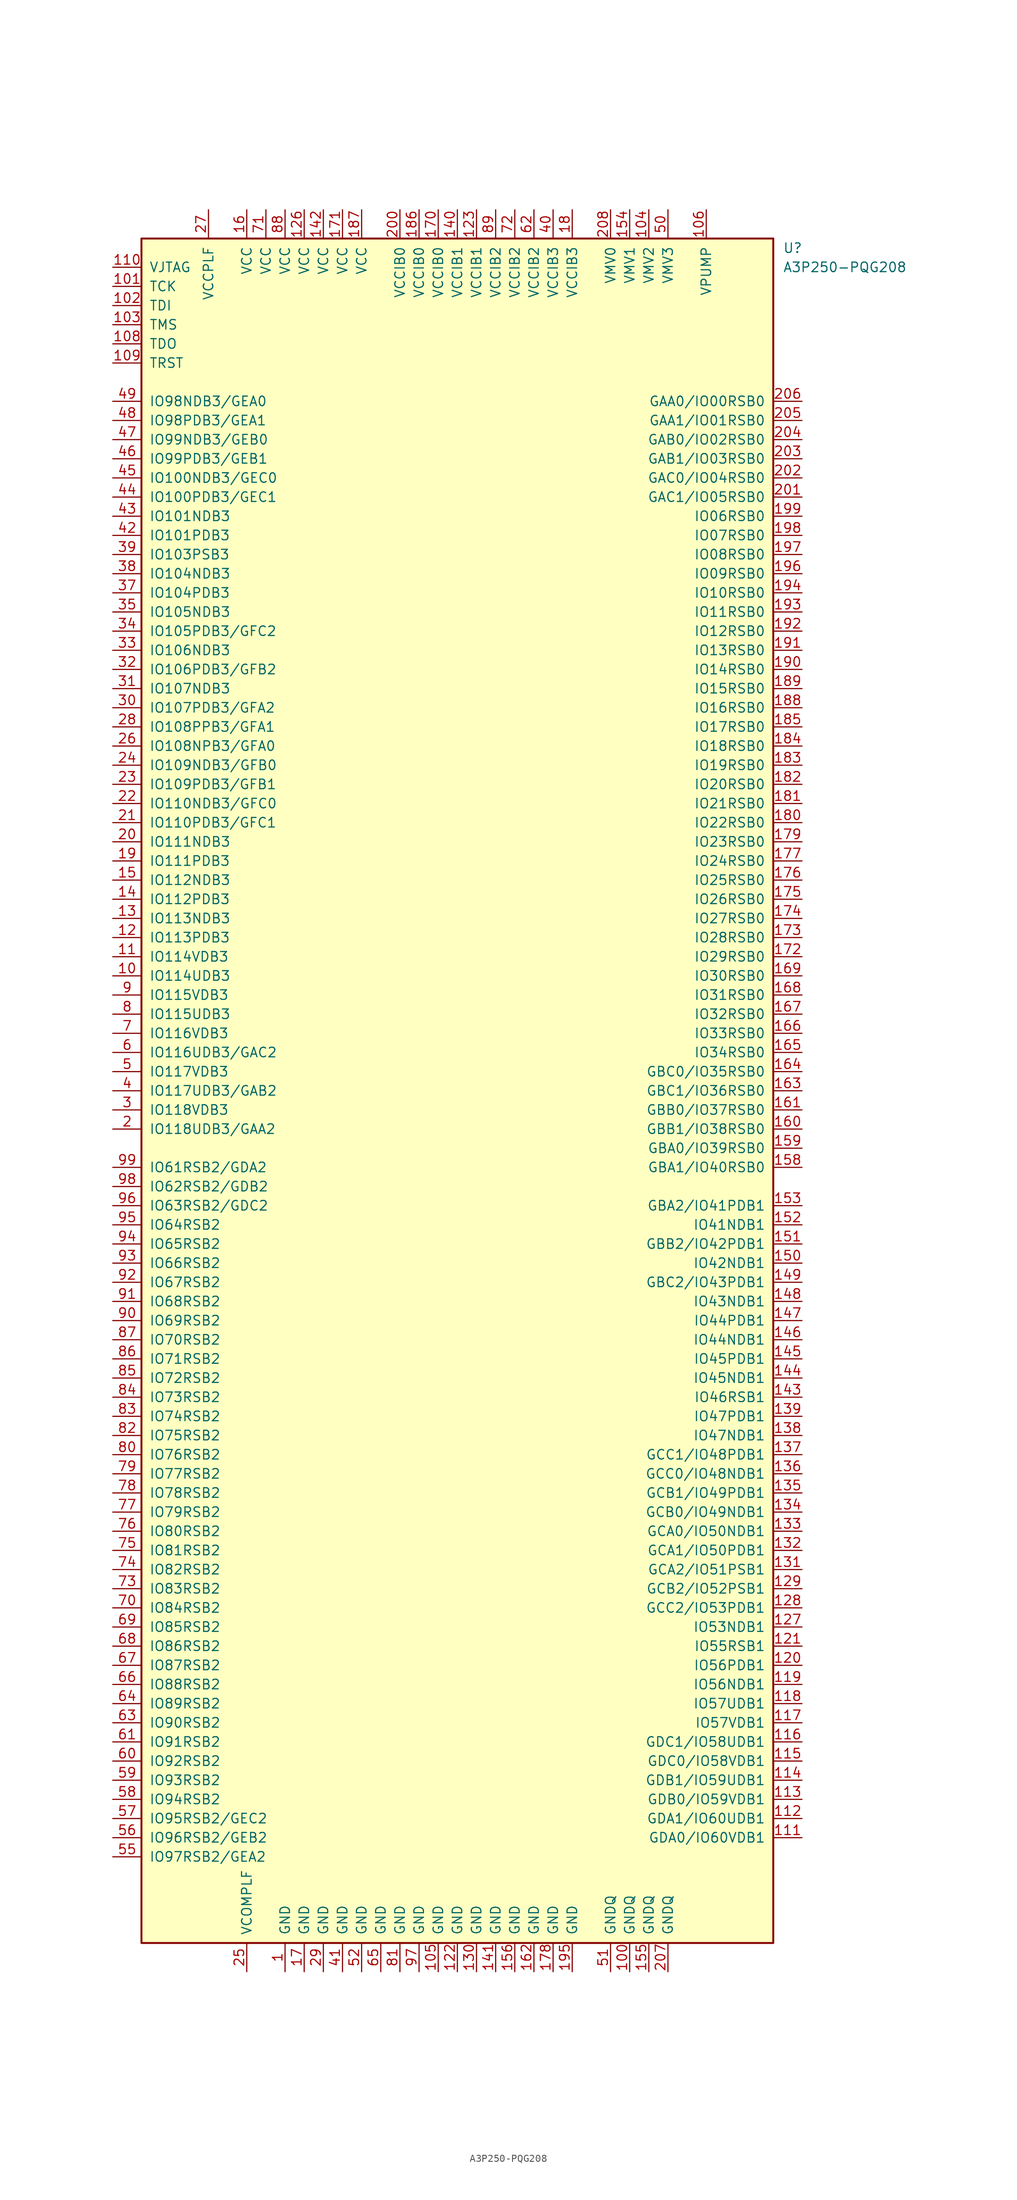
<source format=kicad_sym>
(kicad_symbol_lib
  (version 20201005)
  (generator kicad_symbol_editor)
  (symbol "A3P250-PQG208"
    (pin_names
      (offset 1.016))
    (property "Reference" "U"
      (at 43.18 111.76 0)
      (effects (font (size 1.27 1.27)) (justify left)))
    (property "Value" "A3P250-PQG208"
      (at 43.18 109.22 0)
      (effects (font (size 1.27 1.27)) (justify left)))
    (symbol "A3P250-PQG208_1_0"
      (rectangle (start -41.91 -113.03) (end 41.91 113.03) (stroke (width 0.254)) (fill (type background))))
    (symbol "A3P250-PQG208_1_1"
      (pin power_in line (at -22.86 -116.84 90) (length 3.81) (name "GND" (effects (font (size 1.27 1.27)))) (number "1" (effects (font (size 1.27 1.27)))))
      (pin bidirectional line (at -45.72 15.24 0) (length 3.81) (name "IO114UDB3" (effects (font (size 1.27 1.27)))) (number "10" (effects (font (size 1.27 1.27)))))
      (pin power_in line (at 22.86 -116.84 90) (length 3.81) (name "GNDQ" (effects (font (size 1.27 1.27)))) (number "100" (effects (font (size 1.27 1.27)))))
      (pin bidirectional line (at -45.72 106.68 0) (length 3.81) (name "TCK" (effects (font (size 1.27 1.27)))) (number "101" (effects (font (size 1.27 1.27)))))
      (pin bidirectional line (at -45.72 104.14 0) (length 3.81) (name "TDI" (effects (font (size 1.27 1.27)))) (number "102" (effects (font (size 1.27 1.27)))))
      (pin bidirectional line (at -45.72 101.6 0) (length 3.81) (name "TMS" (effects (font (size 1.27 1.27)))) (number "103" (effects (font (size 1.27 1.27)))))
      (pin power_in line (at 25.4 116.84 270) (length 3.81) (name "VMV2" (effects (font (size 1.27 1.27)))) (number "104" (effects (font (size 1.27 1.27)))))
      (pin power_in line (at -2.54 -116.84 90) (length 3.81) (name "GND" (effects (font (size 1.27 1.27)))) (number "105" (effects (font (size 1.27 1.27)))))
      (pin power_in line (at 33.02 116.84 270) (length 3.81) (name "VPUMP" (effects (font (size 1.27 1.27)))) (number "106" (effects (font (size 1.27 1.27)))))
      (pin bidirectional line (at -45.72 99.06 0) (length 3.81) (name "TDO" (effects (font (size 1.27 1.27)))) (number "108" (effects (font (size 1.27 1.27)))))
      (pin bidirectional line (at -45.72 96.52 0) (length 3.81) (name "TRST" (effects (font (size 1.27 1.27)))) (number "109" (effects (font (size 1.27 1.27)))))
      (pin bidirectional line (at -45.72 17.78 0) (length 3.81) (name "IO114VDB3" (effects (font (size 1.27 1.27)))) (number "11" (effects (font (size 1.27 1.27)))))
      (pin power_in line (at -45.72 109.22 0) (length 3.81) (name "VJTAG" (effects (font (size 1.27 1.27)))) (number "110" (effects (font (size 1.27 1.27)))))
      (pin bidirectional line (at 45.72 -99.06 180) (length 3.81) (name "GDA0/IO60VDB1" (effects (font (size 1.27 1.27)))) (number "111" (effects (font (size 1.27 1.27)))))
      (pin bidirectional line (at 45.72 -96.52 180) (length 3.81) (name "GDA1/IO60UDB1" (effects (font (size 1.27 1.27)))) (number "112" (effects (font (size 1.27 1.27)))))
      (pin bidirectional line (at 45.72 -93.98 180) (length 3.81) (name "GDB0/IO59VDB1" (effects (font (size 1.27 1.27)))) (number "113" (effects (font (size 1.27 1.27)))))
      (pin bidirectional line (at 45.72 -91.44 180) (length 3.81) (name "GDB1/IO59UDB1" (effects (font (size 1.27 1.27)))) (number "114" (effects (font (size 1.27 1.27)))))
      (pin bidirectional line (at 45.72 -88.9 180) (length 3.81) (name "GDC0/IO58VDB1" (effects (font (size 1.27 1.27)))) (number "115" (effects (font (size 1.27 1.27)))))
      (pin bidirectional line (at 45.72 -86.36 180) (length 3.81) (name "GDC1/IO58UDB1" (effects (font (size 1.27 1.27)))) (number "116" (effects (font (size 1.27 1.27)))))
      (pin bidirectional line (at 45.72 -83.82 180) (length 3.81) (name "IO57VDB1" (effects (font (size 1.27 1.27)))) (number "117" (effects (font (size 1.27 1.27)))))
      (pin bidirectional line (at 45.72 -81.28 180) (length 3.81) (name "IO57UDB1" (effects (font (size 1.27 1.27)))) (number "118" (effects (font (size 1.27 1.27)))))
      (pin bidirectional line (at 45.72 -78.74 180) (length 3.81) (name "IO56NDB1" (effects (font (size 1.27 1.27)))) (number "119" (effects (font (size 1.27 1.27)))))
      (pin bidirectional line (at -45.72 20.32 0) (length 3.81) (name "IO113PDB3" (effects (font (size 1.27 1.27)))) (number "12" (effects (font (size 1.27 1.27)))))
      (pin bidirectional line (at 45.72 -76.2 180) (length 3.81) (name "IO56PDB1" (effects (font (size 1.27 1.27)))) (number "120" (effects (font (size 1.27 1.27)))))
      (pin bidirectional line (at 45.72 -73.66 180) (length 3.81) (name "IO55RSB1" (effects (font (size 1.27 1.27)))) (number "121" (effects (font (size 1.27 1.27)))))
      (pin power_in line (at 0 -116.84 90) (length 3.81) (name "GND" (effects (font (size 1.27 1.27)))) (number "122" (effects (font (size 1.27 1.27)))))
      (pin power_in line (at 2.54 116.84 270) (length 3.81) (name "VCCIB1" (effects (font (size 1.27 1.27)))) (number "123" (effects (font (size 1.27 1.27)))))
      (pin power_in line (at -20.32 116.84 270) (length 3.81) (name "VCC" (effects (font (size 1.27 1.27)))) (number "126" (effects (font (size 1.27 1.27)))))
      (pin bidirectional line (at 45.72 -71.12 180) (length 3.81) (name "IO53NDB1" (effects (font (size 1.27 1.27)))) (number "127" (effects (font (size 1.27 1.27)))))
      (pin bidirectional line (at 45.72 -68.58 180) (length 3.81) (name "GCC2/IO53PDB1" (effects (font (size 1.27 1.27)))) (number "128" (effects (font (size 1.27 1.27)))))
      (pin bidirectional line (at 45.72 -66.04 180) (length 3.81) (name "GCB2/IO52PSB1" (effects (font (size 1.27 1.27)))) (number "129" (effects (font (size 1.27 1.27)))))
      (pin bidirectional line (at -45.72 22.86 0) (length 3.81) (name "IO113NDB3" (effects (font (size 1.27 1.27)))) (number "13" (effects (font (size 1.27 1.27)))))
      (pin power_in line (at 2.54 -116.84 90) (length 3.81) (name "GND" (effects (font (size 1.27 1.27)))) (number "130" (effects (font (size 1.27 1.27)))))
      (pin bidirectional line (at 45.72 -63.5 180) (length 3.81) (name "GCA2/IO51PSB1" (effects (font (size 1.27 1.27)))) (number "131" (effects (font (size 1.27 1.27)))))
      (pin bidirectional line (at 45.72 -60.96 180) (length 3.81) (name "GCA1/IO50PDB1" (effects (font (size 1.27 1.27)))) (number "132" (effects (font (size 1.27 1.27)))))
      (pin bidirectional line (at 45.72 -58.42 180) (length 3.81) (name "GCA0/IO50NDB1" (effects (font (size 1.27 1.27)))) (number "133" (effects (font (size 1.27 1.27)))))
      (pin bidirectional line (at 45.72 -55.88 180) (length 3.81) (name "GCB0/IO49NDB1" (effects (font (size 1.27 1.27)))) (number "134" (effects (font (size 1.27 1.27)))))
      (pin bidirectional line (at 45.72 -53.34 180) (length 3.81) (name "GCB1/IO49PDB1" (effects (font (size 1.27 1.27)))) (number "135" (effects (font (size 1.27 1.27)))))
      (pin bidirectional line (at 45.72 -50.8 180) (length 3.81) (name "GCC0/IO48NDB1" (effects (font (size 1.27 1.27)))) (number "136" (effects (font (size 1.27 1.27)))))
      (pin bidirectional line (at 45.72 -48.26 180) (length 3.81) (name "GCC1/IO48PDB1" (effects (font (size 1.27 1.27)))) (number "137" (effects (font (size 1.27 1.27)))))
      (pin bidirectional line (at 45.72 -45.72 180) (length 3.81) (name "IO47NDB1" (effects (font (size 1.27 1.27)))) (number "138" (effects (font (size 1.27 1.27)))))
      (pin bidirectional line (at 45.72 -43.18 180) (length 3.81) (name "IO47PDB1" (effects (font (size 1.27 1.27)))) (number "139" (effects (font (size 1.27 1.27)))))
      (pin bidirectional line (at -45.72 25.4 0) (length 3.81) (name "IO112PDB3" (effects (font (size 1.27 1.27)))) (number "14" (effects (font (size 1.27 1.27)))))
      (pin power_in line (at 0 116.84 270) (length 3.81) (name "VCCIB1" (effects (font (size 1.27 1.27)))) (number "140" (effects (font (size 1.27 1.27)))))
      (pin power_in line (at 5.08 -116.84 90) (length 3.81) (name "GND" (effects (font (size 1.27 1.27)))) (number "141" (effects (font (size 1.27 1.27)))))
      (pin power_in line (at -17.78 116.84 270) (length 3.81) (name "VCC" (effects (font (size 1.27 1.27)))) (number "142" (effects (font (size 1.27 1.27)))))
      (pin bidirectional line (at 45.72 -40.64 180) (length 3.81) (name "IO46RSB1" (effects (font (size 1.27 1.27)))) (number "143" (effects (font (size 1.27 1.27)))))
      (pin bidirectional line (at 45.72 -38.1 180) (length 3.81) (name "IO45NDB1" (effects (font (size 1.27 1.27)))) (number "144" (effects (font (size 1.27 1.27)))))
      (pin bidirectional line (at 45.72 -35.56 180) (length 3.81) (name "IO45PDB1" (effects (font (size 1.27 1.27)))) (number "145" (effects (font (size 1.27 1.27)))))
      (pin bidirectional line (at 45.72 -33.02 180) (length 3.81) (name "IO44NDB1" (effects (font (size 1.27 1.27)))) (number "146" (effects (font (size 1.27 1.27)))))
      (pin bidirectional line (at 45.72 -30.48 180) (length 3.81) (name "IO44PDB1" (effects (font (size 1.27 1.27)))) (number "147" (effects (font (size 1.27 1.27)))))
      (pin bidirectional line (at 45.72 -27.94 180) (length 3.81) (name "IO43NDB1" (effects (font (size 1.27 1.27)))) (number "148" (effects (font (size 1.27 1.27)))))
      (pin bidirectional line (at 45.72 -25.4 180) (length 3.81) (name "GBC2/IO43PDB1" (effects (font (size 1.27 1.27)))) (number "149" (effects (font (size 1.27 1.27)))))
      (pin bidirectional line (at -45.72 27.94 0) (length 3.81) (name "IO112NDB3" (effects (font (size 1.27 1.27)))) (number "15" (effects (font (size 1.27 1.27)))))
      (pin bidirectional line (at 45.72 -22.86 180) (length 3.81) (name "IO42NDB1" (effects (font (size 1.27 1.27)))) (number "150" (effects (font (size 1.27 1.27)))))
      (pin bidirectional line (at 45.72 -20.32 180) (length 3.81) (name "GBB2/IO42PDB1" (effects (font (size 1.27 1.27)))) (number "151" (effects (font (size 1.27 1.27)))))
      (pin bidirectional line (at 45.72 -17.78 180) (length 3.81) (name "IO41NDB1" (effects (font (size 1.27 1.27)))) (number "152" (effects (font (size 1.27 1.27)))))
      (pin bidirectional line (at 45.72 -15.24 180) (length 3.81) (name "GBA2/IO41PDB1" (effects (font (size 1.27 1.27)))) (number "153" (effects (font (size 1.27 1.27)))))
      (pin power_in line (at 22.86 116.84 270) (length 3.81) (name "VMV1" (effects (font (size 1.27 1.27)))) (number "154" (effects (font (size 1.27 1.27)))))
      (pin power_in line (at 25.4 -116.84 90) (length 3.81) (name "GNDQ" (effects (font (size 1.27 1.27)))) (number "155" (effects (font (size 1.27 1.27)))))
      (pin power_in line (at 7.62 -116.84 90) (length 3.81) (name "GND" (effects (font (size 1.27 1.27)))) (number "156" (effects (font (size 1.27 1.27)))))
      (pin bidirectional line (at 45.72 -10.16 180) (length 3.81) (name "GBA1/IO40RSB0" (effects (font (size 1.27 1.27)))) (number "158" (effects (font (size 1.27 1.27)))))
      (pin bidirectional line (at 45.72 -7.62 180) (length 3.81) (name "GBA0/IO39RSB0" (effects (font (size 1.27 1.27)))) (number "159" (effects (font (size 1.27 1.27)))))
      (pin power_in line (at -27.94 116.84 270) (length 3.81) (name "VCC" (effects (font (size 1.27 1.27)))) (number "16" (effects (font (size 1.27 1.27)))))
      (pin bidirectional line (at 45.72 -5.08 180) (length 3.81) (name "GBB1/IO38RSB0" (effects (font (size 1.27 1.27)))) (number "160" (effects (font (size 1.27 1.27)))))
      (pin bidirectional line (at 45.72 -2.54 180) (length 3.81) (name "GBB0/IO37RSB0" (effects (font (size 1.27 1.27)))) (number "161" (effects (font (size 1.27 1.27)))))
      (pin power_in line (at 10.16 -116.84 90) (length 3.81) (name "GND" (effects (font (size 1.27 1.27)))) (number "162" (effects (font (size 1.27 1.27)))))
      (pin bidirectional line (at 45.72 0 180) (length 3.81) (name "GBC1/IO36RSB0" (effects (font (size 1.27 1.27)))) (number "163" (effects (font (size 1.27 1.27)))))
      (pin bidirectional line (at 45.72 2.54 180) (length 3.81) (name "GBC0/IO35RSB0" (effects (font (size 1.27 1.27)))) (number "164" (effects (font (size 1.27 1.27)))))
      (pin bidirectional line (at 45.72 5.08 180) (length 3.81) (name "IO34RSB0" (effects (font (size 1.27 1.27)))) (number "165" (effects (font (size 1.27 1.27)))))
      (pin bidirectional line (at 45.72 7.62 180) (length 3.81) (name "IO33RSB0" (effects (font (size 1.27 1.27)))) (number "166" (effects (font (size 1.27 1.27)))))
      (pin bidirectional line (at 45.72 10.16 180) (length 3.81) (name "IO32RSB0" (effects (font (size 1.27 1.27)))) (number "167" (effects (font (size 1.27 1.27)))))
      (pin bidirectional line (at 45.72 12.7 180) (length 3.81) (name "IO31RSB0" (effects (font (size 1.27 1.27)))) (number "168" (effects (font (size 1.27 1.27)))))
      (pin bidirectional line (at 45.72 15.24 180) (length 3.81) (name "IO30RSB0" (effects (font (size 1.27 1.27)))) (number "169" (effects (font (size 1.27 1.27)))))
      (pin power_in line (at -20.32 -116.84 90) (length 3.81) (name "GND" (effects (font (size 1.27 1.27)))) (number "17" (effects (font (size 1.27 1.27)))))
      (pin power_in line (at -2.54 116.84 270) (length 3.81) (name "VCCIB0" (effects (font (size 1.27 1.27)))) (number "170" (effects (font (size 1.27 1.27)))))
      (pin power_in line (at -15.24 116.84 270) (length 3.81) (name "VCC" (effects (font (size 1.27 1.27)))) (number "171" (effects (font (size 1.27 1.27)))))
      (pin bidirectional line (at 45.72 17.78 180) (length 3.81) (name "IO29RSB0" (effects (font (size 1.27 1.27)))) (number "172" (effects (font (size 1.27 1.27)))))
      (pin bidirectional line (at 45.72 20.32 180) (length 3.81) (name "IO28RSB0" (effects (font (size 1.27 1.27)))) (number "173" (effects (font (size 1.27 1.27)))))
      (pin bidirectional line (at 45.72 22.86 180) (length 3.81) (name "IO27RSB0" (effects (font (size 1.27 1.27)))) (number "174" (effects (font (size 1.27 1.27)))))
      (pin bidirectional line (at 45.72 25.4 180) (length 3.81) (name "IO26RSB0" (effects (font (size 1.27 1.27)))) (number "175" (effects (font (size 1.27 1.27)))))
      (pin bidirectional line (at 45.72 27.94 180) (length 3.81) (name "IO25RSB0" (effects (font (size 1.27 1.27)))) (number "176" (effects (font (size 1.27 1.27)))))
      (pin bidirectional line (at 45.72 30.48 180) (length 3.81) (name "IO24RSB0" (effects (font (size 1.27 1.27)))) (number "177" (effects (font (size 1.27 1.27)))))
      (pin power_in line (at 12.7 -116.84 90) (length 3.81) (name "GND" (effects (font (size 1.27 1.27)))) (number "178" (effects (font (size 1.27 1.27)))))
      (pin bidirectional line (at 45.72 33.02 180) (length 3.81) (name "IO23RSB0" (effects (font (size 1.27 1.27)))) (number "179" (effects (font (size 1.27 1.27)))))
      (pin power_in line (at 15.24 116.84 270) (length 3.81) (name "VCCIB3" (effects (font (size 1.27 1.27)))) (number "18" (effects (font (size 1.27 1.27)))))
      (pin bidirectional line (at 45.72 35.56 180) (length 3.81) (name "IO22RSB0" (effects (font (size 1.27 1.27)))) (number "180" (effects (font (size 1.27 1.27)))))
      (pin bidirectional line (at 45.72 38.1 180) (length 3.81) (name "IO21RSB0" (effects (font (size 1.27 1.27)))) (number "181" (effects (font (size 1.27 1.27)))))
      (pin bidirectional line (at 45.72 40.64 180) (length 3.81) (name "IO20RSB0" (effects (font (size 1.27 1.27)))) (number "182" (effects (font (size 1.27 1.27)))))
      (pin bidirectional line (at 45.72 43.18 180) (length 3.81) (name "IO19RSB0" (effects (font (size 1.27 1.27)))) (number "183" (effects (font (size 1.27 1.27)))))
      (pin bidirectional line (at 45.72 45.72 180) (length 3.81) (name "IO18RSB0" (effects (font (size 1.27 1.27)))) (number "184" (effects (font (size 1.27 1.27)))))
      (pin bidirectional line (at 45.72 48.26 180) (length 3.81) (name "IO17RSB0" (effects (font (size 1.27 1.27)))) (number "185" (effects (font (size 1.27 1.27)))))
      (pin power_in line (at -5.08 116.84 270) (length 3.81) (name "VCCIB0" (effects (font (size 1.27 1.27)))) (number "186" (effects (font (size 1.27 1.27)))))
      (pin power_in line (at -12.7 116.84 270) (length 3.81) (name "VCC" (effects (font (size 1.27 1.27)))) (number "187" (effects (font (size 1.27 1.27)))))
      (pin bidirectional line (at 45.72 50.8 180) (length 3.81) (name "IO16RSB0" (effects (font (size 1.27 1.27)))) (number "188" (effects (font (size 1.27 1.27)))))
      (pin bidirectional line (at 45.72 53.34 180) (length 3.81) (name "IO15RSB0" (effects (font (size 1.27 1.27)))) (number "189" (effects (font (size 1.27 1.27)))))
      (pin bidirectional line (at -45.72 30.48 0) (length 3.81) (name "IO111PDB3" (effects (font (size 1.27 1.27)))) (number "19" (effects (font (size 1.27 1.27)))))
      (pin bidirectional line (at 45.72 55.88 180) (length 3.81) (name "IO14RSB0" (effects (font (size 1.27 1.27)))) (number "190" (effects (font (size 1.27 1.27)))))
      (pin bidirectional line (at 45.72 58.42 180) (length 3.81) (name "IO13RSB0" (effects (font (size 1.27 1.27)))) (number "191" (effects (font (size 1.27 1.27)))))
      (pin bidirectional line (at 45.72 60.96 180) (length 3.81) (name "IO12RSB0" (effects (font (size 1.27 1.27)))) (number "192" (effects (font (size 1.27 1.27)))))
      (pin bidirectional line (at 45.72 63.5 180) (length 3.81) (name "IO11RSB0" (effects (font (size 1.27 1.27)))) (number "193" (effects (font (size 1.27 1.27)))))
      (pin bidirectional line (at 45.72 66.04 180) (length 3.81) (name "IO10RSB0" (effects (font (size 1.27 1.27)))) (number "194" (effects (font (size 1.27 1.27)))))
      (pin power_in line (at 15.24 -116.84 90) (length 3.81) (name "GND" (effects (font (size 1.27 1.27)))) (number "195" (effects (font (size 1.27 1.27)))))
      (pin bidirectional line (at 45.72 68.58 180) (length 3.81) (name "IO09RSB0" (effects (font (size 1.27 1.27)))) (number "196" (effects (font (size 1.27 1.27)))))
      (pin bidirectional line (at 45.72 71.12 180) (length 3.81) (name "IO08RSB0" (effects (font (size 1.27 1.27)))) (number "197" (effects (font (size 1.27 1.27)))))
      (pin bidirectional line (at 45.72 73.66 180) (length 3.81) (name "IO07RSB0" (effects (font (size 1.27 1.27)))) (number "198" (effects (font (size 1.27 1.27)))))
      (pin bidirectional line (at 45.72 76.2 180) (length 3.81) (name "IO06RSB0" (effects (font (size 1.27 1.27)))) (number "199" (effects (font (size 1.27 1.27)))))
      (pin bidirectional line (at -45.72 -5.08 0) (length 3.81) (name "IO118UDB3/GAA2" (effects (font (size 1.27 1.27)))) (number "2" (effects (font (size 1.27 1.27)))))
      (pin bidirectional line (at -45.72 33.02 0) (length 3.81) (name "IO111NDB3" (effects (font (size 1.27 1.27)))) (number "20" (effects (font (size 1.27 1.27)))))
      (pin power_in line (at -7.62 116.84 270) (length 3.81) (name "VCCIB0" (effects (font (size 1.27 1.27)))) (number "200" (effects (font (size 1.27 1.27)))))
      (pin bidirectional line (at 45.72 78.74 180) (length 3.81) (name "GAC1/IO05RSB0" (effects (font (size 1.27 1.27)))) (number "201" (effects (font (size 1.27 1.27)))))
      (pin bidirectional line (at 45.72 81.28 180) (length 3.81) (name "GAC0/IO04RSB0" (effects (font (size 1.27 1.27)))) (number "202" (effects (font (size 1.27 1.27)))))
      (pin bidirectional line (at 45.72 83.82 180) (length 3.81) (name "GAB1/IO03RSB0" (effects (font (size 1.27 1.27)))) (number "203" (effects (font (size 1.27 1.27)))))
      (pin bidirectional line (at 45.72 86.36 180) (length 3.81) (name "GAB0/IO02RSB0" (effects (font (size 1.27 1.27)))) (number "204" (effects (font (size 1.27 1.27)))))
      (pin bidirectional line (at 45.72 88.9 180) (length 3.81) (name "GAA1/IO01RSB0" (effects (font (size 1.27 1.27)))) (number "205" (effects (font (size 1.27 1.27)))))
      (pin bidirectional line (at 45.72 91.44 180) (length 3.81) (name "GAA0/IO00RSB0" (effects (font (size 1.27 1.27)))) (number "206" (effects (font (size 1.27 1.27)))))
      (pin power_in line (at 27.94 -116.84 90) (length 3.81) (name "GNDQ" (effects (font (size 1.27 1.27)))) (number "207" (effects (font (size 1.27 1.27)))))
      (pin power_in line (at 20.32 116.84 270) (length 3.81) (name "VMV0" (effects (font (size 1.27 1.27)))) (number "208" (effects (font (size 1.27 1.27)))))
      (pin bidirectional line (at -45.72 35.56 0) (length 3.81) (name "IO110PDB3/GFC1" (effects (font (size 1.27 1.27)))) (number "21" (effects (font (size 1.27 1.27)))))
      (pin bidirectional line (at -45.72 38.1 0) (length 3.81) (name "IO110NDB3/GFC0" (effects (font (size 1.27 1.27)))) (number "22" (effects (font (size 1.27 1.27)))))
      (pin bidirectional line (at -45.72 40.64 0) (length 3.81) (name "IO109PDB3/GFB1" (effects (font (size 1.27 1.27)))) (number "23" (effects (font (size 1.27 1.27)))))
      (pin bidirectional line (at -45.72 43.18 0) (length 3.81) (name "IO109NDB3/GFB0" (effects (font (size 1.27 1.27)))) (number "24" (effects (font (size 1.27 1.27)))))
      (pin power_in line (at -27.94 -116.84 90) (length 3.81) (name "VCOMPLF" (effects (font (size 1.27 1.27)))) (number "25" (effects (font (size 1.27 1.27)))))
      (pin bidirectional line (at -45.72 45.72 0) (length 3.81) (name "IO108NPB3/GFA0" (effects (font (size 1.27 1.27)))) (number "26" (effects (font (size 1.27 1.27)))))
      (pin power_in line (at -33.02 116.84 270) (length 3.81) (name "VCCPLF" (effects (font (size 1.27 1.27)))) (number "27" (effects (font (size 1.27 1.27)))))
      (pin bidirectional line (at -45.72 48.26 0) (length 3.81) (name "IO108PPB3/GFA1" (effects (font (size 1.27 1.27)))) (number "28" (effects (font (size 1.27 1.27)))))
      (pin power_in line (at -17.78 -116.84 90) (length 3.81) (name "GND" (effects (font (size 1.27 1.27)))) (number "29" (effects (font (size 1.27 1.27)))))
      (pin bidirectional line (at -45.72 -2.54 0) (length 3.81) (name "IO118VDB3" (effects (font (size 1.27 1.27)))) (number "3" (effects (font (size 1.27 1.27)))))
      (pin bidirectional line (at -45.72 50.8 0) (length 3.81) (name "IO107PDB3/GFA2" (effects (font (size 1.27 1.27)))) (number "30" (effects (font (size 1.27 1.27)))))
      (pin bidirectional line (at -45.72 53.34 0) (length 3.81) (name "IO107NDB3" (effects (font (size 1.27 1.27)))) (number "31" (effects (font (size 1.27 1.27)))))
      (pin bidirectional line (at -45.72 55.88 0) (length 3.81) (name "IO106PDB3/GFB2" (effects (font (size 1.27 1.27)))) (number "32" (effects (font (size 1.27 1.27)))))
      (pin bidirectional line (at -45.72 58.42 0) (length 3.81) (name "IO106NDB3" (effects (font (size 1.27 1.27)))) (number "33" (effects (font (size 1.27 1.27)))))
      (pin bidirectional line (at -45.72 60.96 0) (length 3.81) (name "IO105PDB3/GFC2" (effects (font (size 1.27 1.27)))) (number "34" (effects (font (size 1.27 1.27)))))
      (pin bidirectional line (at -45.72 63.5 0) (length 3.81) (name "IO105NDB3" (effects (font (size 1.27 1.27)))) (number "35" (effects (font (size 1.27 1.27)))))
      (pin bidirectional line (at -45.72 66.04 0) (length 3.81) (name "IO104PDB3" (effects (font (size 1.27 1.27)))) (number "37" (effects (font (size 1.27 1.27)))))
      (pin bidirectional line (at -45.72 68.58 0) (length 3.81) (name "IO104NDB3" (effects (font (size 1.27 1.27)))) (number "38" (effects (font (size 1.27 1.27)))))
      (pin bidirectional line (at -45.72 71.12 0) (length 3.81) (name "IO103PSB3" (effects (font (size 1.27 1.27)))) (number "39" (effects (font (size 1.27 1.27)))))
      (pin bidirectional line (at -45.72 0 0) (length 3.81) (name "IO117UDB3/GAB2" (effects (font (size 1.27 1.27)))) (number "4" (effects (font (size 1.27 1.27)))))
      (pin power_in line (at 12.7 116.84 270) (length 3.81) (name "VCCIB3" (effects (font (size 1.27 1.27)))) (number "40" (effects (font (size 1.27 1.27)))))
      (pin power_in line (at -15.24 -116.84 90) (length 3.81) (name "GND" (effects (font (size 1.27 1.27)))) (number "41" (effects (font (size 1.27 1.27)))))
      (pin bidirectional line (at -45.72 73.66 0) (length 3.81) (name "IO101PDB3" (effects (font (size 1.27 1.27)))) (number "42" (effects (font (size 1.27 1.27)))))
      (pin bidirectional line (at -45.72 76.2 0) (length 3.81) (name "IO101NDB3" (effects (font (size 1.27 1.27)))) (number "43" (effects (font (size 1.27 1.27)))))
      (pin bidirectional line (at -45.72 78.74 0) (length 3.81) (name "IO100PDB3/GEC1" (effects (font (size 1.27 1.27)))) (number "44" (effects (font (size 1.27 1.27)))))
      (pin bidirectional line (at -45.72 81.28 0) (length 3.81) (name "IO100NDB3/GEC0" (effects (font (size 1.27 1.27)))) (number "45" (effects (font (size 1.27 1.27)))))
      (pin bidirectional line (at -45.72 83.82 0) (length 3.81) (name "IO99PDB3/GEB1" (effects (font (size 1.27 1.27)))) (number "46" (effects (font (size 1.27 1.27)))))
      (pin bidirectional line (at -45.72 86.36 0) (length 3.81) (name "IO99NDB3/GEB0" (effects (font (size 1.27 1.27)))) (number "47" (effects (font (size 1.27 1.27)))))
      (pin bidirectional line (at -45.72 88.9 0) (length 3.81) (name "IO98PDB3/GEA1" (effects (font (size 1.27 1.27)))) (number "48" (effects (font (size 1.27 1.27)))))
      (pin bidirectional line (at -45.72 91.44 0) (length 3.81) (name "IO98NDB3/GEA0" (effects (font (size 1.27 1.27)))) (number "49" (effects (font (size 1.27 1.27)))))
      (pin bidirectional line (at -45.72 2.54 0) (length 3.81) (name "IO117VDB3" (effects (font (size 1.27 1.27)))) (number "5" (effects (font (size 1.27 1.27)))))
      (pin power_in line (at 27.94 116.84 270) (length 3.81) (name "VMV3" (effects (font (size 1.27 1.27)))) (number "50" (effects (font (size 1.27 1.27)))))
      (pin power_in line (at 20.32 -116.84 90) (length 3.81) (name "GNDQ" (effects (font (size 1.27 1.27)))) (number "51" (effects (font (size 1.27 1.27)))))
      (pin power_in line (at -12.7 -116.84 90) (length 3.81) (name "GND" (effects (font (size 1.27 1.27)))) (number "52" (effects (font (size 1.27 1.27)))))
      (pin bidirectional line (at -45.72 -101.6 0) (length 3.81) (name "IO97RSB2/GEA2" (effects (font (size 1.27 1.27)))) (number "55" (effects (font (size 1.27 1.27)))))
      (pin bidirectional line (at -45.72 -99.06 0) (length 3.81) (name "IO96RSB2/GEB2" (effects (font (size 1.27 1.27)))) (number "56" (effects (font (size 1.27 1.27)))))
      (pin bidirectional line (at -45.72 -96.52 0) (length 3.81) (name "IO95RSB2/GEC2" (effects (font (size 1.27 1.27)))) (number "57" (effects (font (size 1.27 1.27)))))
      (pin bidirectional line (at -45.72 -93.98 0) (length 3.81) (name "IO94RSB2" (effects (font (size 1.27 1.27)))) (number "58" (effects (font (size 1.27 1.27)))))
      (pin bidirectional line (at -45.72 -91.44 0) (length 3.81) (name "IO93RSB2" (effects (font (size 1.27 1.27)))) (number "59" (effects (font (size 1.27 1.27)))))
      (pin bidirectional line (at -45.72 5.08 0) (length 3.81) (name "IO116UDB3/GAC2" (effects (font (size 1.27 1.27)))) (number "6" (effects (font (size 1.27 1.27)))))
      (pin bidirectional line (at -45.72 -88.9 0) (length 3.81) (name "IO92RSB2" (effects (font (size 1.27 1.27)))) (number "60" (effects (font (size 1.27 1.27)))))
      (pin bidirectional line (at -45.72 -86.36 0) (length 3.81) (name "IO91RSB2" (effects (font (size 1.27 1.27)))) (number "61" (effects (font (size 1.27 1.27)))))
      (pin power_in line (at 10.16 116.84 270) (length 3.81) (name "VCCIB2" (effects (font (size 1.27 1.27)))) (number "62" (effects (font (size 1.27 1.27)))))
      (pin bidirectional line (at -45.72 -83.82 0) (length 3.81) (name "IO90RSB2" (effects (font (size 1.27 1.27)))) (number "63" (effects (font (size 1.27 1.27)))))
      (pin bidirectional line (at -45.72 -81.28 0) (length 3.81) (name "IO89RSB2" (effects (font (size 1.27 1.27)))) (number "64" (effects (font (size 1.27 1.27)))))
      (pin power_in line (at -10.16 -116.84 90) (length 3.81) (name "GND" (effects (font (size 1.27 1.27)))) (number "65" (effects (font (size 1.27 1.27)))))
      (pin bidirectional line (at -45.72 -78.74 0) (length 3.81) (name "IO88RSB2" (effects (font (size 1.27 1.27)))) (number "66" (effects (font (size 1.27 1.27)))))
      (pin bidirectional line (at -45.72 -76.2 0) (length 3.81) (name "IO87RSB2" (effects (font (size 1.27 1.27)))) (number "67" (effects (font (size 1.27 1.27)))))
      (pin bidirectional line (at -45.72 -73.66 0) (length 3.81) (name "IO86RSB2" (effects (font (size 1.27 1.27)))) (number "68" (effects (font (size 1.27 1.27)))))
      (pin bidirectional line (at -45.72 -71.12 0) (length 3.81) (name "IO85RSB2" (effects (font (size 1.27 1.27)))) (number "69" (effects (font (size 1.27 1.27)))))
      (pin bidirectional line (at -45.72 7.62 0) (length 3.81) (name "IO116VDB3" (effects (font (size 1.27 1.27)))) (number "7" (effects (font (size 1.27 1.27)))))
      (pin bidirectional line (at -45.72 -68.58 0) (length 3.81) (name "IO84RSB2" (effects (font (size 1.27 1.27)))) (number "70" (effects (font (size 1.27 1.27)))))
      (pin power_in line (at -25.4 116.84 270) (length 3.81) (name "VCC" (effects (font (size 1.27 1.27)))) (number "71" (effects (font (size 1.27 1.27)))))
      (pin power_in line (at 7.62 116.84 270) (length 3.81) (name "VCCIB2" (effects (font (size 1.27 1.27)))) (number "72" (effects (font (size 1.27 1.27)))))
      (pin bidirectional line (at -45.72 -66.04 0) (length 3.81) (name "IO83RSB2" (effects (font (size 1.27 1.27)))) (number "73" (effects (font (size 1.27 1.27)))))
      (pin bidirectional line (at -45.72 -63.5 0) (length 3.81) (name "IO82RSB2" (effects (font (size 1.27 1.27)))) (number "74" (effects (font (size 1.27 1.27)))))
      (pin bidirectional line (at -45.72 -60.96 0) (length 3.81) (name "IO81RSB2" (effects (font (size 1.27 1.27)))) (number "75" (effects (font (size 1.27 1.27)))))
      (pin bidirectional line (at -45.72 -58.42 0) (length 3.81) (name "IO80RSB2" (effects (font (size 1.27 1.27)))) (number "76" (effects (font (size 1.27 1.27)))))
      (pin bidirectional line (at -45.72 -55.88 0) (length 3.81) (name "IO79RSB2" (effects (font (size 1.27 1.27)))) (number "77" (effects (font (size 1.27 1.27)))))
      (pin bidirectional line (at -45.72 -53.34 0) (length 3.81) (name "IO78RSB2" (effects (font (size 1.27 1.27)))) (number "78" (effects (font (size 1.27 1.27)))))
      (pin bidirectional line (at -45.72 -50.8 0) (length 3.81) (name "IO77RSB2" (effects (font (size 1.27 1.27)))) (number "79" (effects (font (size 1.27 1.27)))))
      (pin bidirectional line (at -45.72 10.16 0) (length 3.81) (name "IO115UDB3" (effects (font (size 1.27 1.27)))) (number "8" (effects (font (size 1.27 1.27)))))
      (pin bidirectional line (at -45.72 -48.26 0) (length 3.81) (name "IO76RSB2" (effects (font (size 1.27 1.27)))) (number "80" (effects (font (size 1.27 1.27)))))
      (pin power_in line (at -7.62 -116.84 90) (length 3.81) (name "GND" (effects (font (size 1.27 1.27)))) (number "81" (effects (font (size 1.27 1.27)))))
      (pin bidirectional line (at -45.72 -45.72 0) (length 3.81) (name "IO75RSB2" (effects (font (size 1.27 1.27)))) (number "82" (effects (font (size 1.27 1.27)))))
      (pin bidirectional line (at -45.72 -43.18 0) (length 3.81) (name "IO74RSB2" (effects (font (size 1.27 1.27)))) (number "83" (effects (font (size 1.27 1.27)))))
      (pin bidirectional line (at -45.72 -40.64 0) (length 3.81) (name "IO73RSB2" (effects (font (size 1.27 1.27)))) (number "84" (effects (font (size 1.27 1.27)))))
      (pin bidirectional line (at -45.72 -38.1 0) (length 3.81) (name "IO72RSB2" (effects (font (size 1.27 1.27)))) (number "85" (effects (font (size 1.27 1.27)))))
      (pin bidirectional line (at -45.72 -35.56 0) (length 3.81) (name "IO71RSB2" (effects (font (size 1.27 1.27)))) (number "86" (effects (font (size 1.27 1.27)))))
      (pin bidirectional line (at -45.72 -33.02 0) (length 3.81) (name "IO70RSB2" (effects (font (size 1.27 1.27)))) (number "87" (effects (font (size 1.27 1.27)))))
      (pin power_in line (at -22.86 116.84 270) (length 3.81) (name "VCC" (effects (font (size 1.27 1.27)))) (number "88" (effects (font (size 1.27 1.27)))))
      (pin power_in line (at 5.08 116.84 270) (length 3.81) (name "VCCIB2" (effects (font (size 1.27 1.27)))) (number "89" (effects (font (size 1.27 1.27)))))
      (pin bidirectional line (at -45.72 12.7 0) (length 3.81) (name "IO115VDB3" (effects (font (size 1.27 1.27)))) (number "9" (effects (font (size 1.27 1.27)))))
      (pin bidirectional line (at -45.72 -30.48 0) (length 3.81) (name "IO69RSB2" (effects (font (size 1.27 1.27)))) (number "90" (effects (font (size 1.27 1.27)))))
      (pin bidirectional line (at -45.72 -27.94 0) (length 3.81) (name "IO68RSB2" (effects (font (size 1.27 1.27)))) (number "91" (effects (font (size 1.27 1.27)))))
      (pin bidirectional line (at -45.72 -25.4 0) (length 3.81) (name "IO67RSB2" (effects (font (size 1.27 1.27)))) (number "92" (effects (font (size 1.27 1.27)))))
      (pin bidirectional line (at -45.72 -22.86 0) (length 3.81) (name "IO66RSB2" (effects (font (size 1.27 1.27)))) (number "93" (effects (font (size 1.27 1.27)))))
      (pin bidirectional line (at -45.72 -20.32 0) (length 3.81) (name "IO65RSB2" (effects (font (size 1.27 1.27)))) (number "94" (effects (font (size 1.27 1.27)))))
      (pin bidirectional line (at -45.72 -17.78 0) (length 3.81) (name "IO64RSB2" (effects (font (size 1.27 1.27)))) (number "95" (effects (font (size 1.27 1.27)))))
      (pin bidirectional line (at -45.72 -15.24 0) (length 3.81) (name "IO63RSB2/GDC2" (effects (font (size 1.27 1.27)))) (number "96" (effects (font (size 1.27 1.27)))))
      (pin power_in line (at -5.08 -116.84 90) (length 3.81) (name "GND" (effects (font (size 1.27 1.27)))) (number "97" (effects (font (size 1.27 1.27)))))
      (pin bidirectional line (at -45.72 -12.7 0) (length 3.81) (name "IO62RSB2/GDB2" (effects (font (size 1.27 1.27)))) (number "98" (effects (font (size 1.27 1.27)))))
      (pin bidirectional line (at -45.72 -10.16 0) (length 3.81) (name "IO61RSB2/GDA2" (effects (font (size 1.27 1.27)))) (number "99" (effects (font (size 1.27 1.27))))))))
</source>
